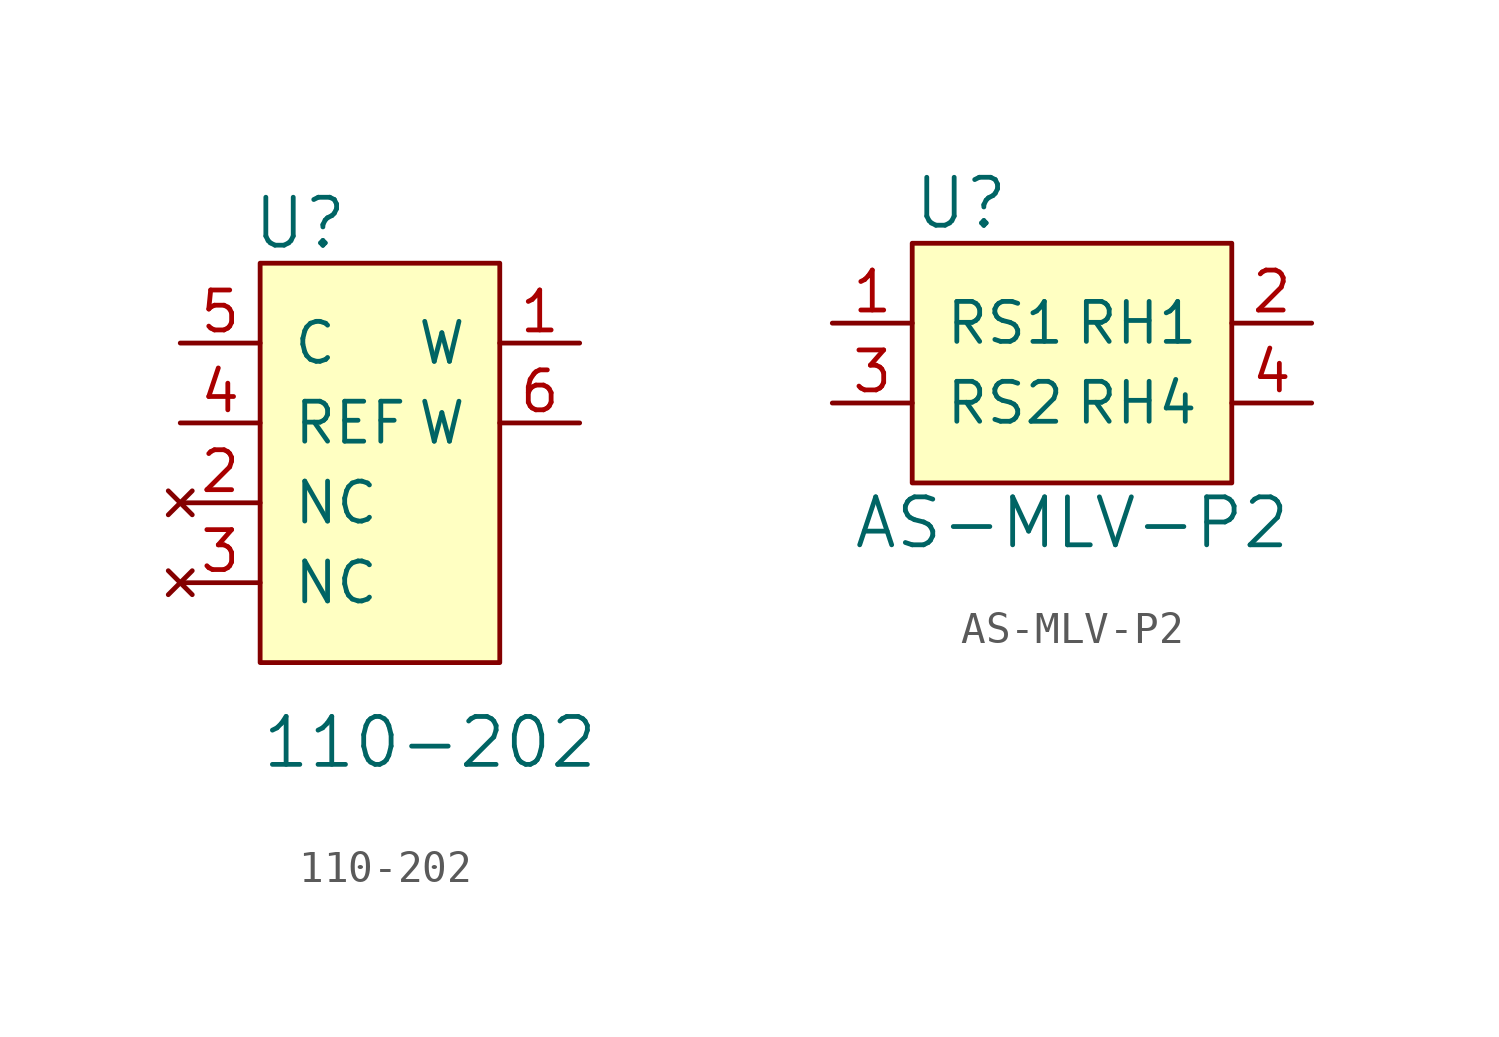
<source format=kicad_sym>
(kicad_symbol_lib
  (version 20201005)
  (generator kicad_symbol_editor)
  (symbol "110-202"
    (pin_names
      (offset 1.016))
    (property "Reference" "U"
      (at -1.27 8.89 0)
      (effects (font (size 1.524 1.524))))
    (property "Value" "110-202"
      (at -2.54 -7.62 0)
      (effects (font (size 1.524 1.524)) (justify left)))
    (symbol "110-202_0_1"
      (rectangle (start -2.54 7.62) (end 5.08 -5.08) (stroke (width 0)) (fill (type background))))
    (symbol "110-202_1_1"
      (pin output line (at 7.62 5.08 180) (length 2.54) (name "W" (effects (font (size 1.27 1.27)))) (number "1" (effects (font (size 1.27 1.27)))))
      (pin no_connect line (at -5.08 0 0) (length 2.54) (name "NC" (effects (font (size 1.27 1.27)))) (number "2" (effects (font (size 1.27 1.27)))))
      (pin no_connect line (at -5.08 -2.54 0) (length 2.54) (name "NC" (effects (font (size 1.27 1.27)))) (number "3" (effects (font (size 1.27 1.27)))))
      (pin passive line (at -5.08 2.54 0) (length 2.54) (name "REF" (effects (font (size 1.27 1.27)))) (number "4" (effects (font (size 1.27 1.27)))))
      (pin input line (at -5.08 5.08 0) (length 2.54) (name "C" (effects (font (size 1.27 1.27)))) (number "5" (effects (font (size 1.27 1.27)))))
      (pin output line (at 7.62 2.54 180) (length 2.54) (name "W" (effects (font (size 1.27 1.27)))) (number "6" (effects (font (size 1.27 1.27)))))))
  (symbol "AS-MLV-P2"
    (pin_names
      (offset 1.016))
    (property "Reference" "U"
      (at -5.08 8.89 0)
      (effects (font (size 1.524 1.524)) (justify left)))
    (property "Value" "AS-MLV-P2"
      (at 0 -1.27 0)
      (effects (font (size 1.524 1.524))))
    (symbol "AS-MLV-P2_0_1"
      (rectangle (start 5.08 7.62) (end -5.08 0) (stroke (width 0)) (fill (type background))))
    (symbol "AS-MLV-P2_1_1"
      (pin unspecified line (at -7.62 5.08 0) (length 2.54) (name "RS1" (effects (font (size 1.27 1.27)))) (number "1" (effects (font (size 1.27 1.27)))))
      (pin unspecified line (at 7.62 5.08 180) (length 2.54) (name "RH1" (effects (font (size 1.27 1.27)))) (number "2" (effects (font (size 1.27 1.27)))))
      (pin unspecified line (at -7.62 2.54 0) (length 2.54) (name "RS2" (effects (font (size 1.27 1.27)))) (number "3" (effects (font (size 1.27 1.27)))))
      (pin unspecified line (at 7.62 2.54 180) (length 2.54) (name "RH4" (effects (font (size 1.27 1.27)))) (number "4" (effects (font (size 1.27 1.27))))))))
</source>
